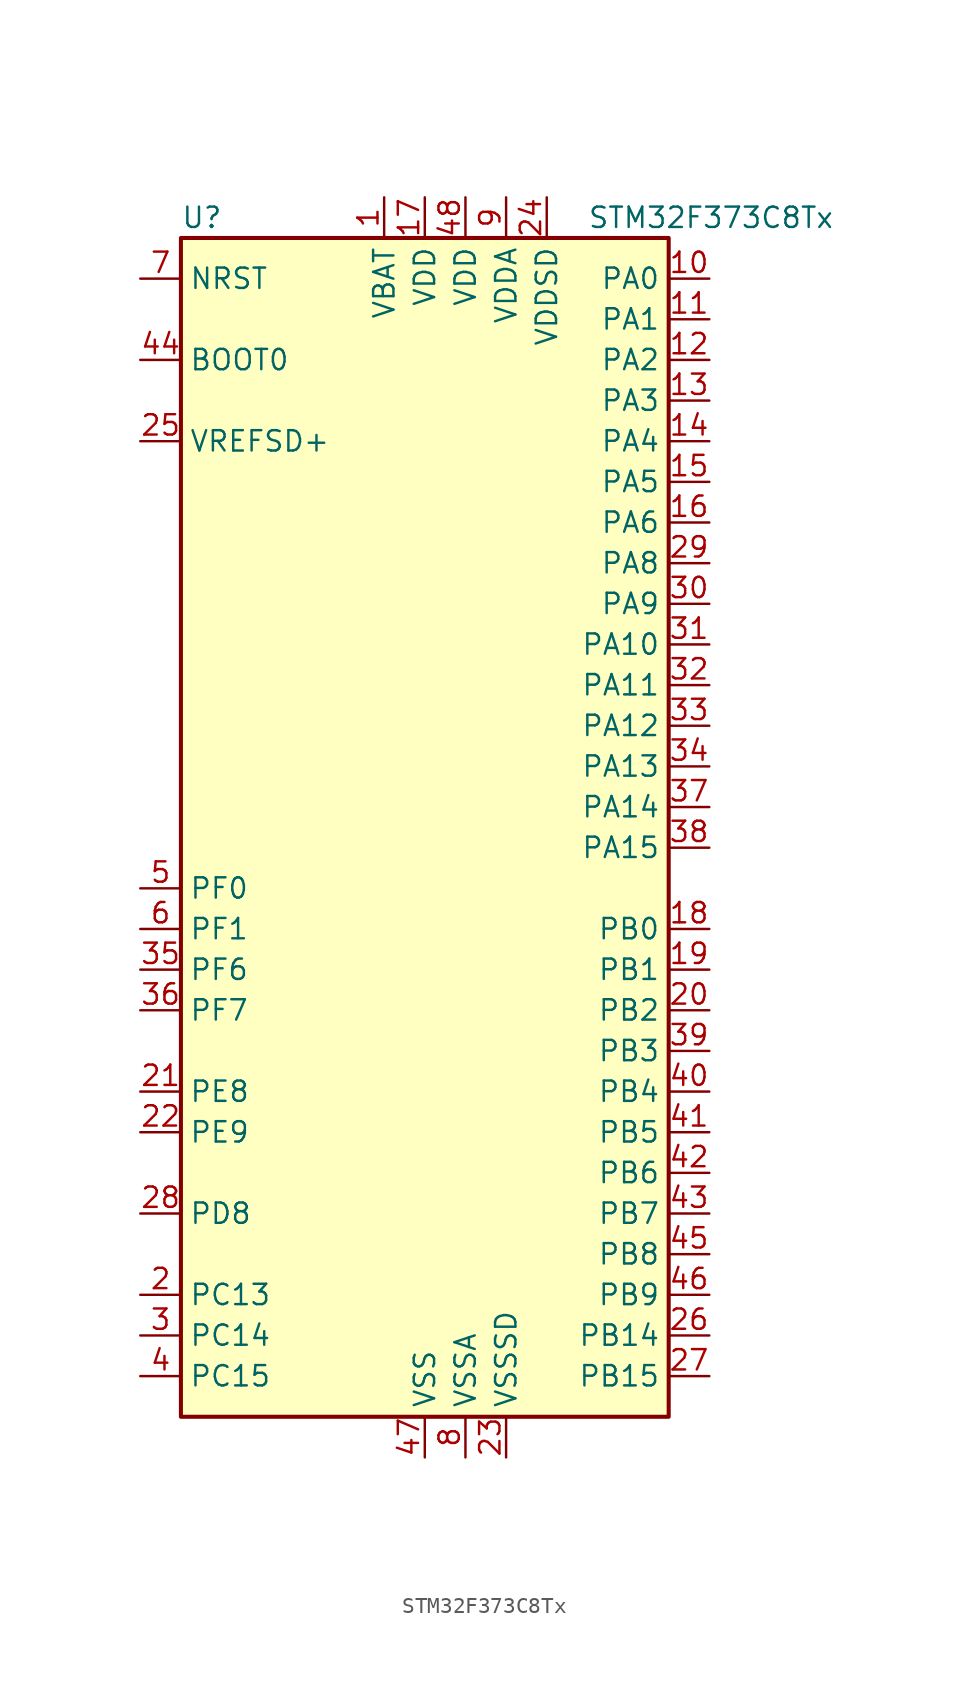
<source format=kicad_sym>
(kicad_symbol_lib
  (version 20211014)
  (generator kicad_symbol_editor)
  (symbol "STM32F373C8Tx"
    (property "Reference" "U"
      (at -15.24 36.83 0)
      (effects (font (size 1.27 1.27)) (justify left)))
    (property "Value" "STM32F373C8Tx"
      (at 10.16 36.83 0)
      (effects (font (size 1.27 1.27)) (justify left)))
    (symbol "STM32F373C8Tx_0_1"
      (rectangle (start -15.24 -38.1) (end 15.24 35.56) (stroke (width 0.254) (type default) (color 0 0 0 0)) (fill (type background))))
    (symbol "STM32F373C8Tx_1_1"
      (pin power_in line (at -2.54 38.1 270) (length 2.54) (name "VBAT" (effects (font (size 1.27 1.27)))) (number "1" (effects (font (size 1.27 1.27)))))
      (pin bidirectional line (at 17.78 33.02 180) (length 2.54) (name "PA0" (effects (font (size 1.27 1.27)))) (number "10" (effects (font (size 1.27 1.27)))))
      (pin bidirectional line (at 17.78 30.48 180) (length 2.54) (name "PA1" (effects (font (size 1.27 1.27)))) (number "11" (effects (font (size 1.27 1.27)))))
      (pin bidirectional line (at 17.78 27.94 180) (length 2.54) (name "PA2" (effects (font (size 1.27 1.27)))) (number "12" (effects (font (size 1.27 1.27)))))
      (pin bidirectional line (at 17.78 25.4 180) (length 2.54) (name "PA3" (effects (font (size 1.27 1.27)))) (number "13" (effects (font (size 1.27 1.27)))))
      (pin bidirectional line (at 17.78 22.86 180) (length 2.54) (name "PA4" (effects (font (size 1.27 1.27)))) (number "14" (effects (font (size 1.27 1.27)))))
      (pin bidirectional line (at 17.78 20.32 180) (length 2.54) (name "PA5" (effects (font (size 1.27 1.27)))) (number "15" (effects (font (size 1.27 1.27)))))
      (pin bidirectional line (at 17.78 17.78 180) (length 2.54) (name "PA6" (effects (font (size 1.27 1.27)))) (number "16" (effects (font (size 1.27 1.27)))))
      (pin power_in line (at 0 38.1 270) (length 2.54) (name "VDD" (effects (font (size 1.27 1.27)))) (number "17" (effects (font (size 1.27 1.27)))))
      (pin bidirectional line (at 17.78 -7.62 180) (length 2.54) (name "PB0" (effects (font (size 1.27 1.27)))) (number "18" (effects (font (size 1.27 1.27)))))
      (pin bidirectional line (at 17.78 -10.16 180) (length 2.54) (name "PB1" (effects (font (size 1.27 1.27)))) (number "19" (effects (font (size 1.27 1.27)))))
      (pin bidirectional line (at -17.78 -30.48 0) (length 2.54) (name "PC13" (effects (font (size 1.27 1.27)))) (number "2" (effects (font (size 1.27 1.27)))))
      (pin bidirectional line (at 17.78 -12.7 180) (length 2.54) (name "PB2" (effects (font (size 1.27 1.27)))) (number "20" (effects (font (size 1.27 1.27)))))
      (pin bidirectional line (at -17.78 -17.78 0) (length 2.54) (name "PE8" (effects (font (size 1.27 1.27)))) (number "21" (effects (font (size 1.27 1.27)))))
      (pin bidirectional line (at -17.78 -20.32 0) (length 2.54) (name "PE9" (effects (font (size 1.27 1.27)))) (number "22" (effects (font (size 1.27 1.27)))))
      (pin power_in line (at 5.08 -40.64 90) (length 2.54) (name "VSSSD" (effects (font (size 1.27 1.27)))) (number "23" (effects (font (size 1.27 1.27)))))
      (pin power_in line (at 7.62 38.1 270) (length 2.54) (name "VDDSD" (effects (font (size 1.27 1.27)))) (number "24" (effects (font (size 1.27 1.27)))))
      (pin power_in line (at -17.78 22.86 0) (length 2.54) (name "VREFSD+" (effects (font (size 1.27 1.27)))) (number "25" (effects (font (size 1.27 1.27)))))
      (pin bidirectional line (at 17.78 -33.02 180) (length 2.54) (name "PB14" (effects (font (size 1.27 1.27)))) (number "26" (effects (font (size 1.27 1.27)))))
      (pin bidirectional line (at 17.78 -35.56 180) (length 2.54) (name "PB15" (effects (font (size 1.27 1.27)))) (number "27" (effects (font (size 1.27 1.27)))))
      (pin bidirectional line (at -17.78 -25.4 0) (length 2.54) (name "PD8" (effects (font (size 1.27 1.27)))) (number "28" (effects (font (size 1.27 1.27)))))
      (pin bidirectional line (at 17.78 15.24 180) (length 2.54) (name "PA8" (effects (font (size 1.27 1.27)))) (number "29" (effects (font (size 1.27 1.27)))))
      (pin bidirectional line (at -17.78 -33.02 0) (length 2.54) (name "PC14" (effects (font (size 1.27 1.27)))) (number "3" (effects (font (size 1.27 1.27)))))
      (pin bidirectional line (at 17.78 12.7 180) (length 2.54) (name "PA9" (effects (font (size 1.27 1.27)))) (number "30" (effects (font (size 1.27 1.27)))))
      (pin bidirectional line (at 17.78 10.16 180) (length 2.54) (name "PA10" (effects (font (size 1.27 1.27)))) (number "31" (effects (font (size 1.27 1.27)))))
      (pin bidirectional line (at 17.78 7.62 180) (length 2.54) (name "PA11" (effects (font (size 1.27 1.27)))) (number "32" (effects (font (size 1.27 1.27)))))
      (pin bidirectional line (at 17.78 5.08 180) (length 2.54) (name "PA12" (effects (font (size 1.27 1.27)))) (number "33" (effects (font (size 1.27 1.27)))))
      (pin bidirectional line (at 17.78 2.54 180) (length 2.54) (name "PA13" (effects (font (size 1.27 1.27)))) (number "34" (effects (font (size 1.27 1.27)))))
      (pin bidirectional line (at -17.78 -10.16 0) (length 2.54) (name "PF6" (effects (font (size 1.27 1.27)))) (number "35" (effects (font (size 1.27 1.27)))))
      (pin bidirectional line (at -17.78 -12.7 0) (length 2.54) (name "PF7" (effects (font (size 1.27 1.27)))) (number "36" (effects (font (size 1.27 1.27)))))
      (pin bidirectional line (at 17.78 0 180) (length 2.54) (name "PA14" (effects (font (size 1.27 1.27)))) (number "37" (effects (font (size 1.27 1.27)))))
      (pin bidirectional line (at 17.78 -2.54 180) (length 2.54) (name "PA15" (effects (font (size 1.27 1.27)))) (number "38" (effects (font (size 1.27 1.27)))))
      (pin bidirectional line (at 17.78 -15.24 180) (length 2.54) (name "PB3" (effects (font (size 1.27 1.27)))) (number "39" (effects (font (size 1.27 1.27)))))
      (pin bidirectional line (at -17.78 -35.56 0) (length 2.54) (name "PC15" (effects (font (size 1.27 1.27)))) (number "4" (effects (font (size 1.27 1.27)))))
      (pin bidirectional line (at 17.78 -17.78 180) (length 2.54) (name "PB4" (effects (font (size 1.27 1.27)))) (number "40" (effects (font (size 1.27 1.27)))))
      (pin bidirectional line (at 17.78 -20.32 180) (length 2.54) (name "PB5" (effects (font (size 1.27 1.27)))) (number "41" (effects (font (size 1.27 1.27)))))
      (pin bidirectional line (at 17.78 -22.86 180) (length 2.54) (name "PB6" (effects (font (size 1.27 1.27)))) (number "42" (effects (font (size 1.27 1.27)))))
      (pin bidirectional line (at 17.78 -25.4 180) (length 2.54) (name "PB7" (effects (font (size 1.27 1.27)))) (number "43" (effects (font (size 1.27 1.27)))))
      (pin input line (at -17.78 27.94 0) (length 2.54) (name "BOOT0" (effects (font (size 1.27 1.27)))) (number "44" (effects (font (size 1.27 1.27)))))
      (pin bidirectional line (at 17.78 -27.94 180) (length 2.54) (name "PB8" (effects (font (size 1.27 1.27)))) (number "45" (effects (font (size 1.27 1.27)))))
      (pin bidirectional line (at 17.78 -30.48 180) (length 2.54) (name "PB9" (effects (font (size 1.27 1.27)))) (number "46" (effects (font (size 1.27 1.27)))))
      (pin power_in line (at 0 -40.64 90) (length 2.54) (name "VSS" (effects (font (size 1.27 1.27)))) (number "47" (effects (font (size 1.27 1.27)))))
      (pin power_in line (at 2.54 38.1 270) (length 2.54) (name "VDD" (effects (font (size 1.27 1.27)))) (number "48" (effects (font (size 1.27 1.27)))))
      (pin input line (at -17.78 -5.08 0) (length 2.54) (name "PF0" (effects (font (size 1.27 1.27)))) (number "5" (effects (font (size 1.27 1.27)))))
      (pin input line (at -17.78 -7.62 0) (length 2.54) (name "PF1" (effects (font (size 1.27 1.27)))) (number "6" (effects (font (size 1.27 1.27)))))
      (pin input line (at -17.78 33.02 0) (length 2.54) (name "NRST" (effects (font (size 1.27 1.27)))) (number "7" (effects (font (size 1.27 1.27)))))
      (pin power_in line (at 2.54 -40.64 90) (length 2.54) (name "VSSA" (effects (font (size 1.27 1.27)))) (number "8" (effects (font (size 1.27 1.27)))))
      (pin power_in line (at 5.08 38.1 270) (length 2.54) (name "VDDA" (effects (font (size 1.27 1.27)))) (number "9" (effects (font (size 1.27 1.27))))))))
</source>
